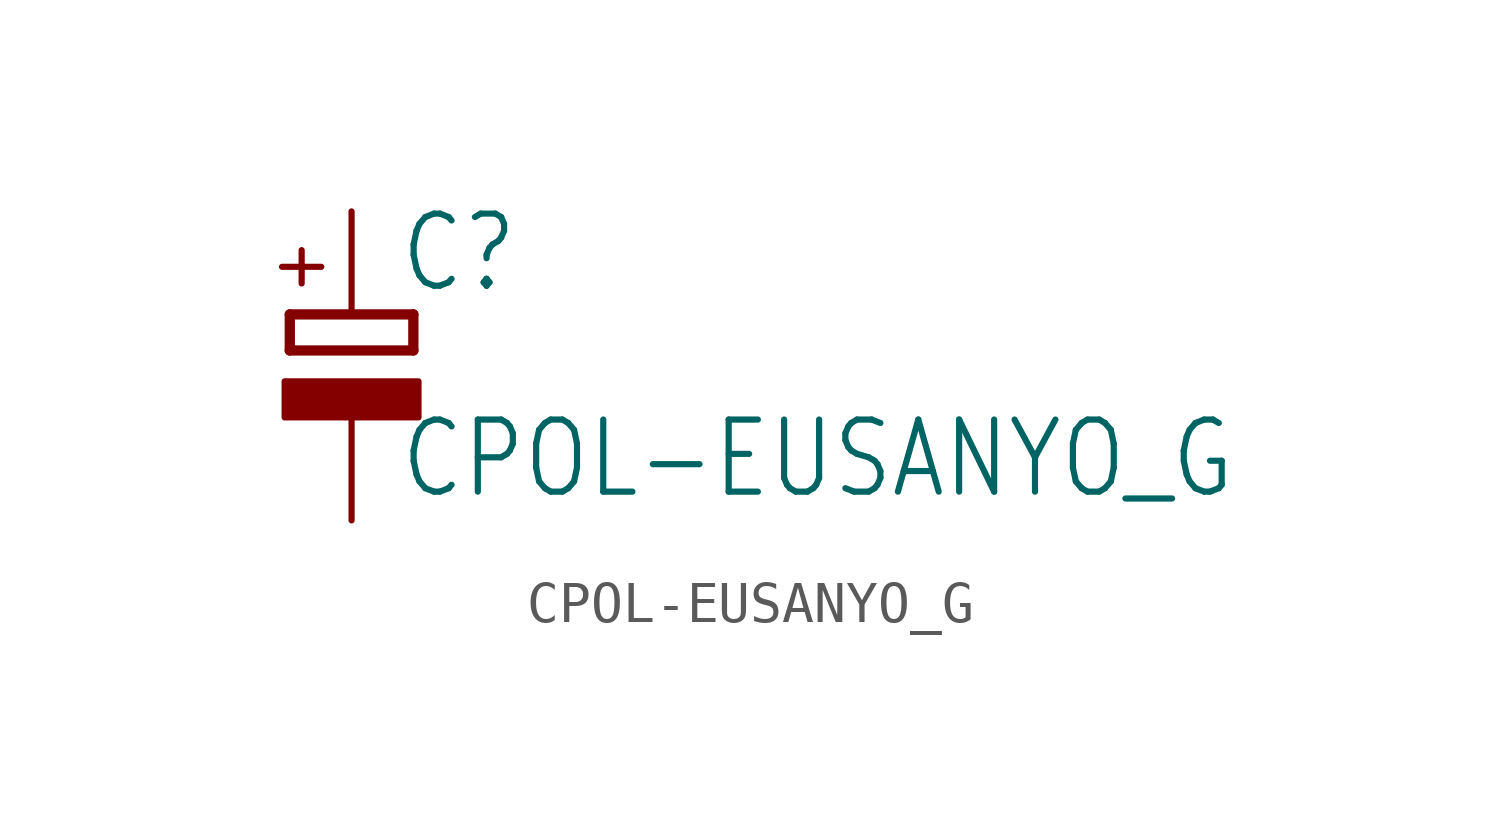
<source format=kicad_sym>
(kicad_symbol_lib
  (version 20220914)
  (generator kicad_symbol_editor)
  (symbol "CPOL-EUSANYO_G"
    (property "Reference" "C"
      (at 1.143 0.483 0)
      (effects (font (size 1.778 1.511)) (justify left bottom)))
    (property "Value" "CPOL-EUSANYO_G"
      (at 1.143 -4.597 0)
      (effects (font (size 1.778 1.511)) (justify left bottom)))
    (property "ki_locked" ""
      (at 0 0 0)
      (effects (font (size 1.27 1.27))))
    (symbol "CPOL-EUSANYO_G_1_0"
      (rectangle (start -1.651 -2.54) (end 1.651 -1.651) (stroke (width 0) (type default)) (fill (type outline)))
      (polyline (pts (xy -1.524 -0.889) (xy 1.524 -0.889)) (stroke (width 0.254) (type default)) (fill (type none)))
      (polyline (pts (xy -1.524 0) (xy -1.524 -0.889)) (stroke (width 0.254) (type default)) (fill (type none)))
      (polyline (pts (xy -1.524 0) (xy 1.524 0)) (stroke (width 0.254) (type default)) (fill (type none)))
      (polyline (pts (xy 1.524 -0.889) (xy 1.524 0)) (stroke (width 0.254) (type default)) (fill (type none)))
      (text "+" (at -0.584 0.406 900) (effects (font (size 1.27 1.079)) (justify left bottom)))
      (pin passive line (at 0 2.54 270) (length 2.54) (name "+" (effects (font (size 0 0)))) (number "+" (effects (font (size 0 0)))))
      (pin passive line (at 0 -5.08 90) (length 2.54) (name "-" (effects (font (size 0 0)))) (number "-" (effects (font (size 0 0))))))))
</source>
